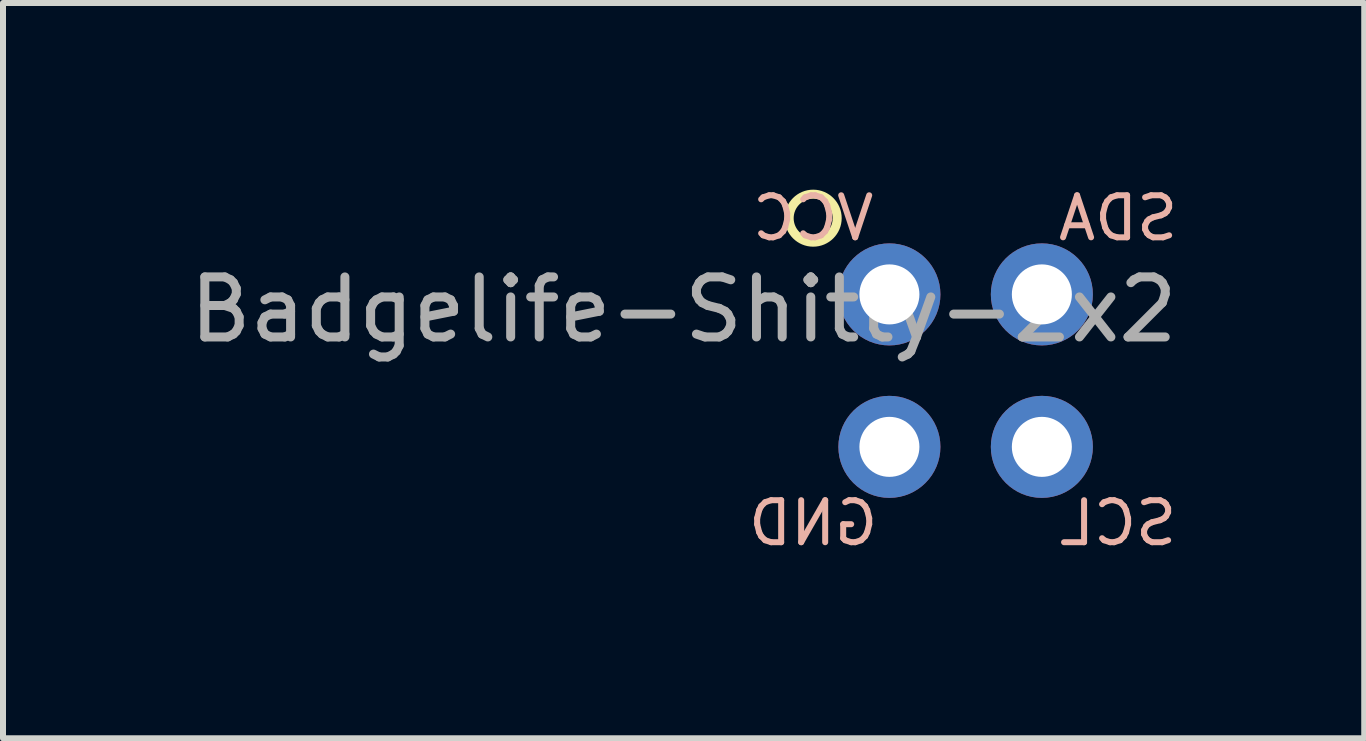
<source format=kicad_pcb>
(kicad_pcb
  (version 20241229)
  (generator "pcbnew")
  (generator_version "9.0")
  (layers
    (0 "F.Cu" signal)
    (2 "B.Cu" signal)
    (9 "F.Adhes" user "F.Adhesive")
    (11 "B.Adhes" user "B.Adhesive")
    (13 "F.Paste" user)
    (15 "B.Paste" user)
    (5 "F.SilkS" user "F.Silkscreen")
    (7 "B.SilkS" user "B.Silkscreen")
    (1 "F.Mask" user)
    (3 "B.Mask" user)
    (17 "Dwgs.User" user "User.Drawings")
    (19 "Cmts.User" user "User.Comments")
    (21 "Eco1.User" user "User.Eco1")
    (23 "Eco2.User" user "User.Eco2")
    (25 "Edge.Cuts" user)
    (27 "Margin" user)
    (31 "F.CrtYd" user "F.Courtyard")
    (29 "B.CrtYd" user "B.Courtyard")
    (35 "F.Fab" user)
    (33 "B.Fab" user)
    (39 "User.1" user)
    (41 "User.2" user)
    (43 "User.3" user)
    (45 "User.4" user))
  (footprint "Badgelife-Shitty-2x2"
    (layer "F.Cu")
    (at 13.038 3.125)
    (property "Reference" "Badgelife-Shitty-2x2" (at -4.699 -1.016 0) (layer "F.Fab") (effects (font (size 1 1) (thickness 0.15))))
    (attr through_hole)
    (fp_circle (center -2.54 -2.54) (end -2.14 -2.54) (stroke (width 0.15) (type solid)) (fill no) (layer "F.SilkS"))
    (fp_text user "GND" (at -2.54 2.54 0) (layer "B.SilkS") (effects (font (size 0.7 0.7) (thickness 0.1)) (justify mirror)))
    (fp_text user "VCC" (at -2.54 -2.54 0) (layer "B.SilkS") (effects (font (size 0.7 0.7) (thickness 0.1)) (justify mirror)))
    (fp_text user "SDA" (at 2.54 -2.54 0) (layer "B.SilkS") (effects (font (size 0.7 0.7) (thickness 0.1)) (justify mirror)))
    (fp_text user "SCL" (at 2.54 2.54 0) (layer "B.SilkS") (effects (font (size 0.7 0.7) (thickness 0.1)) (justify mirror)))
    (pad "1" thru_hole oval (at -1.27 -1.27) (size 1.7 1.7) (drill 1) (layers "*.Cu" "*.Mask"))
    (pad "2" thru_hole oval (at -1.27 1.27) (size 1.7 1.7) (drill 1) (layers "*.Cu" "*.Mask"))
    (pad "3" thru_hole oval (at 1.27 1.27) (size 1.7 1.7) (drill 1) (layers "*.Cu" "*.Mask"))
    (pad "4" thru_hole circle (at 1.27 -1.27) (size 1.7 1.7) (drill 1) (layers "*.Cu" "*.Mask")))
  (gr_rect
    (start -3 -3)
    (end 19.679 9.25)
    (stroke (width 0.1) (type default))
    (fill no)
    (layer "Edge.Cuts")))
</source>
